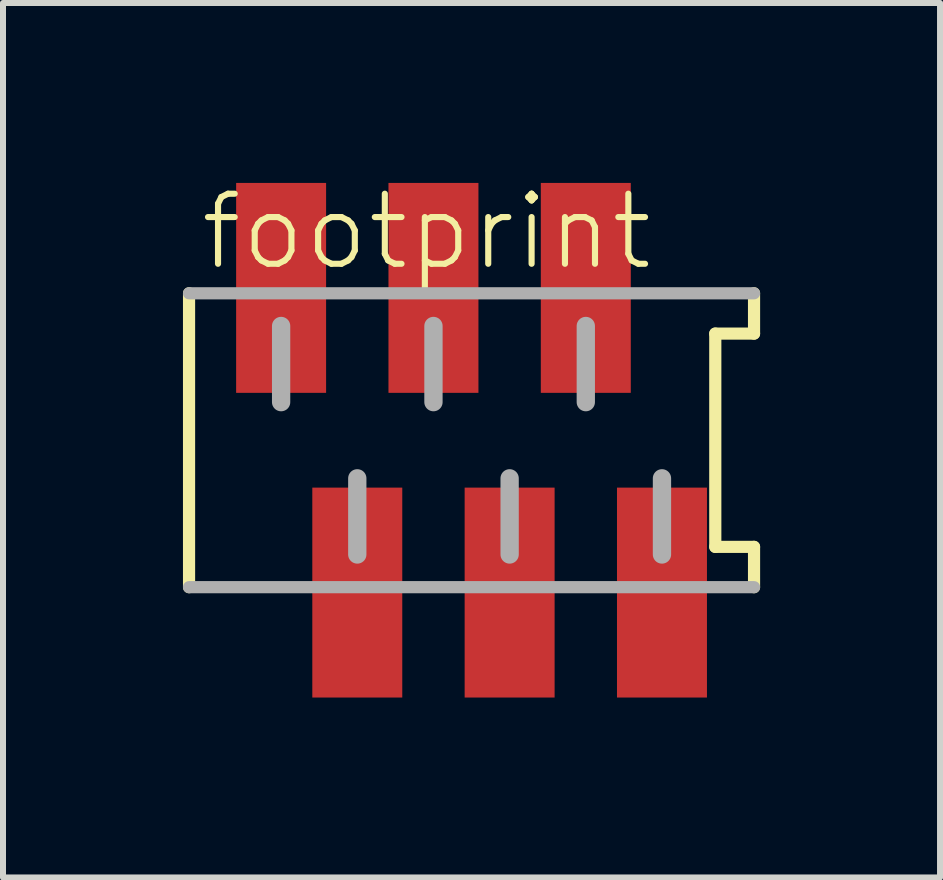
<source format=kicad_pcb>
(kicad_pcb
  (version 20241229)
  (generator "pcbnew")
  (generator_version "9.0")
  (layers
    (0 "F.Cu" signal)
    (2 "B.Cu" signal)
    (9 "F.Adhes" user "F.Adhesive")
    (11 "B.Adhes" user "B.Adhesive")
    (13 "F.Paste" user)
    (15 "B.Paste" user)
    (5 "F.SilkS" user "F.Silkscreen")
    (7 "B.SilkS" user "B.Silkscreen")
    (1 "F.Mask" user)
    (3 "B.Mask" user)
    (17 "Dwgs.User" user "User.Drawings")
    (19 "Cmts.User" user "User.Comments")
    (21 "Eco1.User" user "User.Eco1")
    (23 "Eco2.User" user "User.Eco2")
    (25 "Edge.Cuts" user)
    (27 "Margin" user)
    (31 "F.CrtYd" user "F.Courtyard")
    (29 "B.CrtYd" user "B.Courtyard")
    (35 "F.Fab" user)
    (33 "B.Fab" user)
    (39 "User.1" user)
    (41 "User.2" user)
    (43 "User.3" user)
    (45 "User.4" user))
  (footprint "footprint"
    (layer "F.Cu")
    (at 4.812 4.29)
    (property "Reference" "footprint" (at -4.572 -2.794 0) (layer "F.SilkS") (effects (font (size 1.168 1.168) (thickness 0.102)) (justify left bottom)))
    (fp_line (start -4.71 -2.45) (end -4.71 2.45) (stroke (width 0.203) (type solid)) (layer "F.SilkS"))
    (fp_line (start 4.064 -1.778) (end 4.71 -1.778) (stroke (width 0.203) (type solid)) (layer "F.SilkS"))
    (fp_line (start 4.064 1.778) (end 4.064 -1.778) (stroke (width 0.203) (type solid)) (layer "F.SilkS"))
    (fp_line (start 4.71 -1.778) (end 4.71 -2.45) (stroke (width 0.203) (type solid)) (layer "F.SilkS"))
    (fp_line (start 4.71 1.778) (end 4.064 1.778) (stroke (width 0.203) (type solid)) (layer "F.SilkS"))
    (fp_line (start 4.71 2.45) (end 4.71 1.778) (stroke (width 0.203) (type solid)) (layer "F.SilkS"))
    (fp_line (start -4.71 2.45) (end 4.71 2.45) (stroke (width 0.203) (type solid)) (layer "F.Fab"))
    (fp_line (start -3.175 -1.905) (end -3.175 -0.635) (stroke (width 0.305) (type solid)) (layer "F.Fab"))
    (fp_line (start -1.905 0.635) (end -1.905 1.905) (stroke (width 0.305) (type solid)) (layer "F.Fab"))
    (fp_line (start -0.635 -1.905) (end -0.635 -0.635) (stroke (width 0.305) (type solid)) (layer "F.Fab"))
    (fp_line (start 0.635 0.635) (end 0.635 1.905) (stroke (width 0.305) (type solid)) (layer "F.Fab"))
    (fp_line (start 1.905 -1.905) (end 1.905 -0.635) (stroke (width 0.305) (type solid)) (layer "F.Fab"))
    (fp_line (start 3.175 0.635) (end 3.175 1.905) (stroke (width 0.305) (type solid)) (layer "F.Fab"))
    (fp_line (start 4.71 -2.45) (end -4.71 -2.45) (stroke (width 0.203) (type solid)) (layer "F.Fab"))
    (pad "1" smd rect (at -3.175 -2.54) (size 1.5 3.5) (layers "F.Cu" "F.Mask" "F.Paste"))
    (pad "2" smd rect (at -1.905 2.54) (size 1.5 3.5) (layers "F.Cu" "F.Mask" "F.Paste"))
    (pad "3" smd rect (at -0.635 -2.54) (size 1.5 3.5) (layers "F.Cu" "F.Mask" "F.Paste"))
    (pad "4" smd rect (at 0.635 2.54) (size 1.5 3.5) (layers "F.Cu" "F.Mask" "F.Paste"))
    (pad "5" smd rect (at 1.905 -2.54) (size 1.5 3.5) (layers "F.Cu" "F.Mask" "F.Paste"))
    (pad "6" smd rect (at 3.175 2.54) (size 1.5 3.5) (layers "F.Cu" "F.Mask" "F.Paste")))
  (gr_rect
    (start -3 -3)
    (end 12.623 11.58)
    (stroke (width 0.1) (type default))
    (fill no)
    (layer "Edge.Cuts")))
</source>
